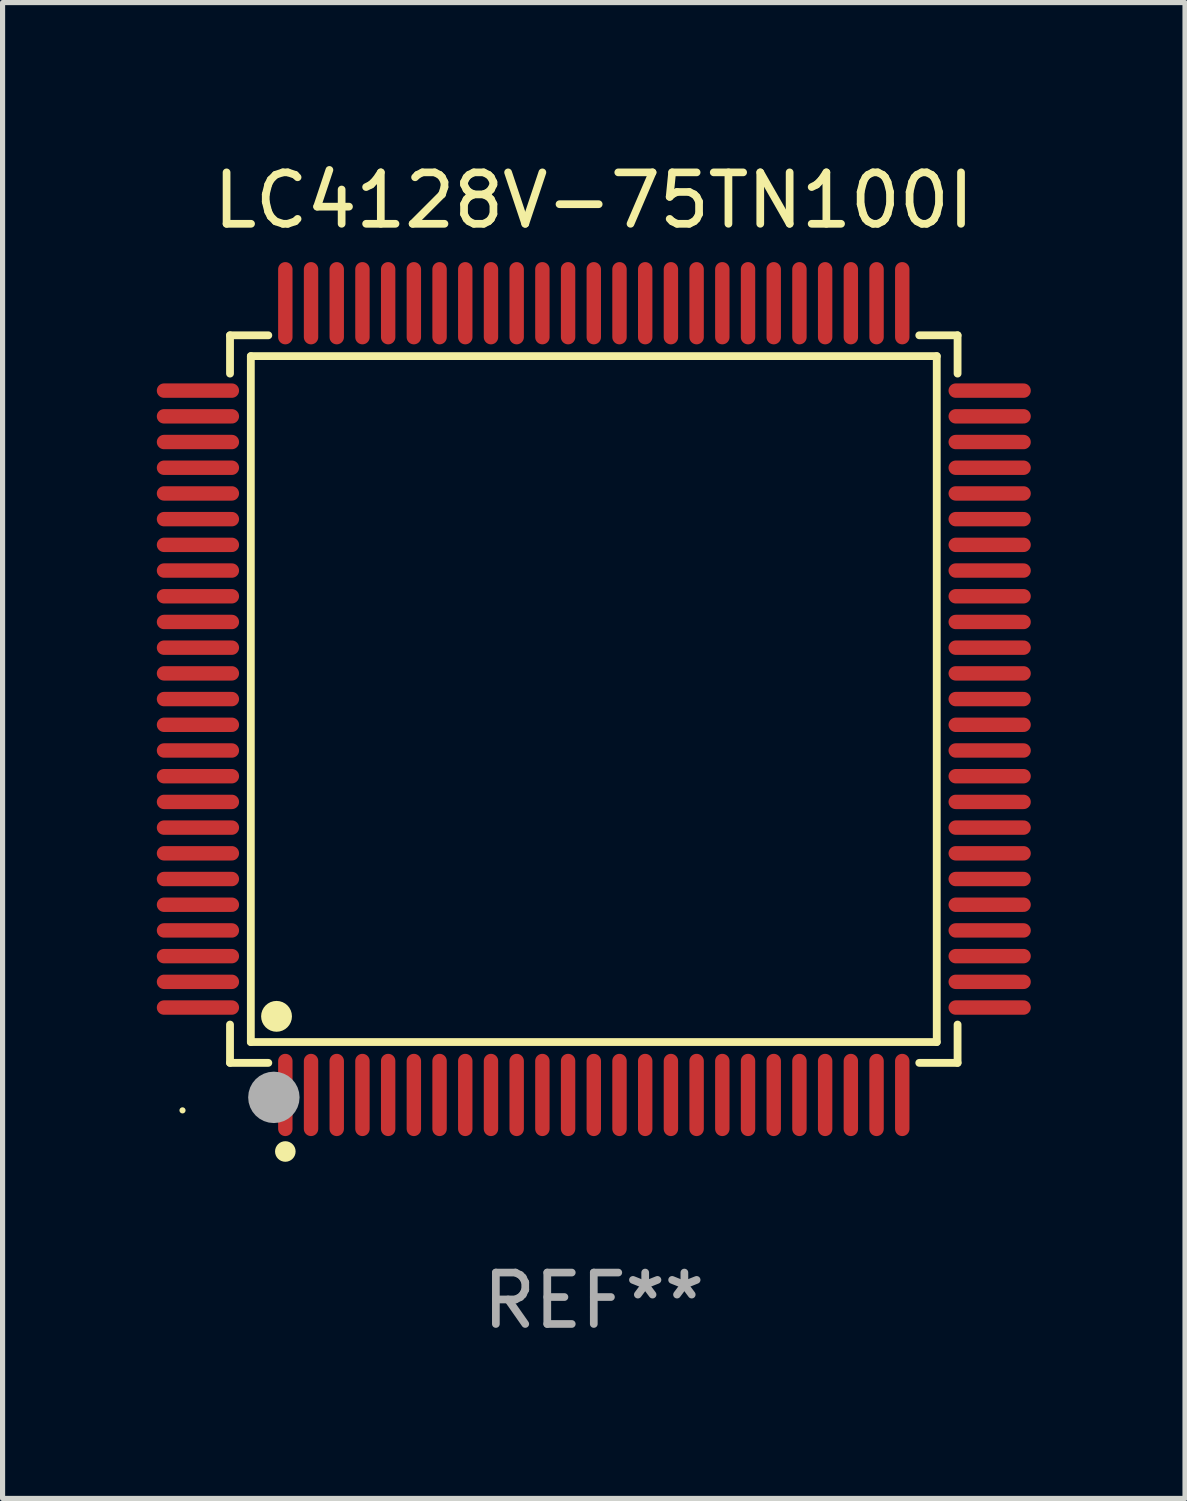
<source format=kicad_pcb>
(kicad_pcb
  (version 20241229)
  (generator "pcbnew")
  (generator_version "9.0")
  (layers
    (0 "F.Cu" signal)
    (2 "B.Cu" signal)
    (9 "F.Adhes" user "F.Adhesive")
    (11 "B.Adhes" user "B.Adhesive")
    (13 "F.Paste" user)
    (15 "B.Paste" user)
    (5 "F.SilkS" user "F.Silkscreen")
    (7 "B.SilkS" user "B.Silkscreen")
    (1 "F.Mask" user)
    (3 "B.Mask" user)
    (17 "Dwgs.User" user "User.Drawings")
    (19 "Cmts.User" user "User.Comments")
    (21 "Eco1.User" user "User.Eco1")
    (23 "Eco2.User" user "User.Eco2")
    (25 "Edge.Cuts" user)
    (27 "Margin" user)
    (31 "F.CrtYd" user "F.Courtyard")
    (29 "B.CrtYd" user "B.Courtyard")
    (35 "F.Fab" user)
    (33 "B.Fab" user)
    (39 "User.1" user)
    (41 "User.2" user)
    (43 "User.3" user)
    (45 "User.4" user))
  (footprint "LC4128V-75TN100I"
    (layer "F.Cu")
    (at 8.5 10.548)
    (property "Reference" "LC4128V-75TN100I" (at 0 -9.7 0) (layer "F.SilkS") (effects (font (size 1 1) (thickness 0.15))))
    (attr through_hole)
    (fp_line (start -7.076 -7.076) (end -6.331 -7.076) (stroke (width 0.152) (type solid)) (layer "F.SilkS"))
    (fp_line (start -7.076 -6.331) (end -7.076 -7.076) (stroke (width 0.152) (type solid)) (layer "F.SilkS"))
    (fp_line (start -7.076 6.331) (end -7.076 7.076) (stroke (width 0.152) (type solid)) (layer "F.SilkS"))
    (fp_line (start -7.076 7.076) (end -6.331 7.076) (stroke (width 0.152) (type solid)) (layer "F.SilkS"))
    (fp_line (start -6.671 -6.671) (end 6.671 -6.671) (stroke (width 0.152) (type solid)) (layer "F.SilkS"))
    (fp_line (start -6.671 6.671) (end -6.671 -6.671) (stroke (width 0.152) (type solid)) (layer "F.SilkS"))
    (fp_line (start 6.671 -6.671) (end 6.671 6.671) (stroke (width 0.152) (type solid)) (layer "F.SilkS"))
    (fp_line (start 6.671 6.671) (end -6.671 6.671) (stroke (width 0.152) (type solid)) (layer "F.SilkS"))
    (fp_line (start 7.076 -7.076) (end 6.331 -7.076) (stroke (width 0.152) (type solid)) (layer "F.SilkS"))
    (fp_line (start 7.076 -6.331) (end 7.076 -7.076) (stroke (width 0.152) (type solid)) (layer "F.SilkS"))
    (fp_line (start 7.076 6.331) (end 7.076 7.076) (stroke (width 0.152) (type solid)) (layer "F.SilkS"))
    (fp_line (start 7.076 7.076) (end 6.331 7.076) (stroke (width 0.152) (type solid)) (layer "F.SilkS"))
    (fp_circle (center -8 8) (end -7.97 8) (stroke (width 0.06) (type solid)) (fill no) (layer "F.SilkS"))
    (fp_circle (center -6.171 6.171) (end -6.021 6.171) (stroke (width 0.3) (type solid)) (fill no) (layer "F.SilkS"))
    (fp_circle (center -6 8.8) (end -5.9 8.8) (stroke (width 0.2) (type solid)) (fill no) (layer "F.SilkS"))
    (fp_circle (center -6.223 7.747) (end -5.973 7.747) (stroke (width 0.5) (type solid)) (fill no) (layer "F.Fab"))
    (fp_text user "REF**" (at 0 11.7 0) (layer "F.Fab") (effects (font (size 1 1) (thickness 0.15))))
    (pad "1" smd oval (at -6 7.7) (size 0.28 1.6) (layers "F.Cu" "F.Mask" "F.Paste"))
    (pad "2" smd oval (at -5.5 7.7) (size 0.28 1.6) (layers "F.Cu" "F.Mask" "F.Paste"))
    (pad "3" smd oval (at -5 7.7) (size 0.28 1.6) (layers "F.Cu" "F.Mask" "F.Paste"))
    (pad "4" smd oval (at -4.5 7.7) (size 0.28 1.6) (layers "F.Cu" "F.Mask" "F.Paste"))
    (pad "5" smd oval (at -4 7.7) (size 0.28 1.6) (layers "F.Cu" "F.Mask" "F.Paste"))
    (pad "6" smd oval (at -3.5 7.7) (size 0.28 1.6) (layers "F.Cu" "F.Mask" "F.Paste"))
    (pad "7" smd oval (at -3 7.7) (size 0.28 1.6) (layers "F.Cu" "F.Mask" "F.Paste"))
    (pad "8" smd oval (at -2.5 7.7) (size 0.28 1.6) (layers "F.Cu" "F.Mask" "F.Paste"))
    (pad "9" smd oval (at -2 7.7) (size 0.28 1.6) (layers "F.Cu" "F.Mask" "F.Paste"))
    (pad "10" smd oval (at -1.5 7.7) (size 0.28 1.6) (layers "F.Cu" "F.Mask" "F.Paste"))
    (pad "11" smd oval (at -1 7.7) (size 0.28 1.6) (layers "F.Cu" "F.Mask" "F.Paste"))
    (pad "12" smd oval (at -0.5 7.7) (size 0.28 1.6) (layers "F.Cu" "F.Mask" "F.Paste"))
    (pad "13" smd oval (at 0 7.7) (size 0.28 1.6) (layers "F.Cu" "F.Mask" "F.Paste"))
    (pad "14" smd oval (at 0.5 7.7) (size 0.28 1.6) (layers "F.Cu" "F.Mask" "F.Paste"))
    (pad "15" smd oval (at 1 7.7) (size 0.28 1.6) (layers "F.Cu" "F.Mask" "F.Paste"))
    (pad "16" smd oval (at 1.5 7.7) (size 0.28 1.6) (layers "F.Cu" "F.Mask" "F.Paste"))
    (pad "17" smd oval (at 2 7.7) (size 0.28 1.6) (layers "F.Cu" "F.Mask" "F.Paste"))
    (pad "18" smd oval (at 2.5 7.7) (size 0.28 1.6) (layers "F.Cu" "F.Mask" "F.Paste"))
    (pad "19" smd oval (at 3 7.7) (size 0.28 1.6) (layers "F.Cu" "F.Mask" "F.Paste"))
    (pad "20" smd oval (at 3.5 7.7) (size 0.28 1.6) (layers "F.Cu" "F.Mask" "F.Paste"))
    (pad "21" smd oval (at 4 7.7) (size 0.28 1.6) (layers "F.Cu" "F.Mask" "F.Paste"))
    (pad "22" smd oval (at 4.5 7.7) (size 0.28 1.6) (layers "F.Cu" "F.Mask" "F.Paste"))
    (pad "23" smd oval (at 5 7.7) (size 0.28 1.6) (layers "F.Cu" "F.Mask" "F.Paste"))
    (pad "24" smd oval (at 5.5 7.7) (size 0.28 1.6) (layers "F.Cu" "F.Mask" "F.Paste"))
    (pad "25" smd oval (at 6 7.7) (size 0.28 1.6) (layers "F.Cu" "F.Mask" "F.Paste"))
    (pad "26" smd oval (at 7.7 6) (size 1.6 0.28) (layers "F.Cu" "F.Mask" "F.Paste"))
    (pad "27" smd oval (at 7.7 5.5) (size 1.6 0.28) (layers "F.Cu" "F.Mask" "F.Paste"))
    (pad "28" smd oval (at 7.7 5) (size 1.6 0.28) (layers "F.Cu" "F.Mask" "F.Paste"))
    (pad "29" smd oval (at 7.7 4.5) (size 1.6 0.28) (layers "F.Cu" "F.Mask" "F.Paste"))
    (pad "30" smd oval (at 7.7 4) (size 1.6 0.28) (layers "F.Cu" "F.Mask" "F.Paste"))
    (pad "31" smd oval (at 7.7 3.5) (size 1.6 0.28) (layers "F.Cu" "F.Mask" "F.Paste"))
    (pad "32" smd oval (at 7.7 3) (size 1.6 0.28) (layers "F.Cu" "F.Mask" "F.Paste"))
    (pad "33" smd oval (at 7.7 2.5) (size 1.6 0.28) (layers "F.Cu" "F.Mask" "F.Paste"))
    (pad "34" smd oval (at 7.7 2) (size 1.6 0.28) (layers "F.Cu" "F.Mask" "F.Paste"))
    (pad "35" smd oval (at 7.7 1.5) (size 1.6 0.28) (layers "F.Cu" "F.Mask" "F.Paste"))
    (pad "36" smd oval (at 7.7 1) (size 1.6 0.28) (layers "F.Cu" "F.Mask" "F.Paste"))
    (pad "37" smd oval (at 7.7 0.5) (size 1.6 0.28) (layers "F.Cu" "F.Mask" "F.Paste"))
    (pad "38" smd oval (at 7.7 0) (size 1.6 0.28) (layers "F.Cu" "F.Mask" "F.Paste"))
    (pad "39" smd oval (at 7.7 -0.5) (size 1.6 0.28) (layers "F.Cu" "F.Mask" "F.Paste"))
    (pad "40" smd oval (at 7.7 -1) (size 1.6 0.28) (layers "F.Cu" "F.Mask" "F.Paste"))
    (pad "41" smd oval (at 7.7 -1.5) (size 1.6 0.28) (layers "F.Cu" "F.Mask" "F.Paste"))
    (pad "42" smd oval (at 7.7 -2) (size 1.6 0.28) (layers "F.Cu" "F.Mask" "F.Paste"))
    (pad "43" smd oval (at 7.7 -2.5) (size 1.6 0.28) (layers "F.Cu" "F.Mask" "F.Paste"))
    (pad "44" smd oval (at 7.7 -3) (size 1.6 0.28) (layers "F.Cu" "F.Mask" "F.Paste"))
    (pad "45" smd oval (at 7.7 -3.5) (size 1.6 0.28) (layers "F.Cu" "F.Mask" "F.Paste"))
    (pad "46" smd oval (at 7.7 -4) (size 1.6 0.28) (layers "F.Cu" "F.Mask" "F.Paste"))
    (pad "47" smd oval (at 7.7 -4.5) (size 1.6 0.28) (layers "F.Cu" "F.Mask" "F.Paste"))
    (pad "48" smd oval (at 7.7 -5) (size 1.6 0.28) (layers "F.Cu" "F.Mask" "F.Paste"))
    (pad "49" smd oval (at 7.7 -5.5) (size 1.6 0.28) (layers "F.Cu" "F.Mask" "F.Paste"))
    (pad "50" smd oval (at 7.7 -6) (size 1.6 0.28) (layers "F.Cu" "F.Mask" "F.Paste"))
    (pad "51" smd oval (at 6 -7.7) (size 0.28 1.6) (layers "F.Cu" "F.Mask" "F.Paste"))
    (pad "52" smd oval (at 5.5 -7.7) (size 0.28 1.6) (layers "F.Cu" "F.Mask" "F.Paste"))
    (pad "53" smd oval (at 5 -7.7) (size 0.28 1.6) (layers "F.Cu" "F.Mask" "F.Paste"))
    (pad "54" smd oval (at 4.5 -7.7) (size 0.28 1.6) (layers "F.Cu" "F.Mask" "F.Paste"))
    (pad "55" smd oval (at 4 -7.7) (size 0.28 1.6) (layers "F.Cu" "F.Mask" "F.Paste"))
    (pad "56" smd oval (at 3.5 -7.7) (size 0.28 1.6) (layers "F.Cu" "F.Mask" "F.Paste"))
    (pad "57" smd oval (at 3 -7.7) (size 0.28 1.6) (layers "F.Cu" "F.Mask" "F.Paste"))
    (pad "58" smd oval (at 2.5 -7.7) (size 0.28 1.6) (layers "F.Cu" "F.Mask" "F.Paste"))
    (pad "59" smd oval (at 2 -7.7) (size 0.28 1.6) (layers "F.Cu" "F.Mask" "F.Paste"))
    (pad "60" smd oval (at 1.5 -7.7) (size 0.28 1.6) (layers "F.Cu" "F.Mask" "F.Paste"))
    (pad "61" smd oval (at 1 -7.7) (size 0.28 1.6) (layers "F.Cu" "F.Mask" "F.Paste"))
    (pad "62" smd oval (at 0.5 -7.7) (size 0.28 1.6) (layers "F.Cu" "F.Mask" "F.Paste"))
    (pad "63" smd oval (at 0 -7.7) (size 0.28 1.6) (layers "F.Cu" "F.Mask" "F.Paste"))
    (pad "64" smd oval (at -0.5 -7.7) (size 0.28 1.6) (layers "F.Cu" "F.Mask" "F.Paste"))
    (pad "65" smd oval (at -1 -7.7) (size 0.28 1.6) (layers "F.Cu" "F.Mask" "F.Paste"))
    (pad "66" smd oval (at -1.5 -7.7) (size 0.28 1.6) (layers "F.Cu" "F.Mask" "F.Paste"))
    (pad "67" smd oval (at -2 -7.7) (size 0.28 1.6) (layers "F.Cu" "F.Mask" "F.Paste"))
    (pad "68" smd oval (at -2.5 -7.7) (size 0.28 1.6) (layers "F.Cu" "F.Mask" "F.Paste"))
    (pad "69" smd oval (at -3 -7.7) (size 0.28 1.6) (layers "F.Cu" "F.Mask" "F.Paste"))
    (pad "70" smd oval (at -3.5 -7.7) (size 0.28 1.6) (layers "F.Cu" "F.Mask" "F.Paste"))
    (pad "71" smd oval (at -4 -7.7) (size 0.28 1.6) (layers "F.Cu" "F.Mask" "F.Paste"))
    (pad "72" smd oval (at -4.5 -7.7) (size 0.28 1.6) (layers "F.Cu" "F.Mask" "F.Paste"))
    (pad "73" smd oval (at -5 -7.7) (size 0.28 1.6) (layers "F.Cu" "F.Mask" "F.Paste"))
    (pad "74" smd oval (at -5.5 -7.7) (size 0.28 1.6) (layers "F.Cu" "F.Mask" "F.Paste"))
    (pad "75" smd oval (at -6 -7.7) (size 0.28 1.6) (layers "F.Cu" "F.Mask" "F.Paste"))
    (pad "76" smd oval (at -7.7 -6) (size 1.6 0.28) (layers "F.Cu" "F.Mask" "F.Paste"))
    (pad "77" smd oval (at -7.7 -5.5) (size 1.6 0.28) (layers "F.Cu" "F.Mask" "F.Paste"))
    (pad "78" smd oval (at -7.7 -5) (size 1.6 0.28) (layers "F.Cu" "F.Mask" "F.Paste"))
    (pad "79" smd oval (at -7.7 -4.5) (size 1.6 0.28) (layers "F.Cu" "F.Mask" "F.Paste"))
    (pad "80" smd oval (at -7.7 -4) (size 1.6 0.28) (layers "F.Cu" "F.Mask" "F.Paste"))
    (pad "81" smd oval (at -7.7 -3.5) (size 1.6 0.28) (layers "F.Cu" "F.Mask" "F.Paste"))
    (pad "82" smd oval (at -7.7 -3) (size 1.6 0.28) (layers "F.Cu" "F.Mask" "F.Paste"))
    (pad "83" smd oval (at -7.7 -2.5) (size 1.6 0.28) (layers "F.Cu" "F.Mask" "F.Paste"))
    (pad "84" smd oval (at -7.7 -2) (size 1.6 0.28) (layers "F.Cu" "F.Mask" "F.Paste"))
    (pad "85" smd oval (at -7.7 -1.5) (size 1.6 0.28) (layers "F.Cu" "F.Mask" "F.Paste"))
    (pad "86" smd oval (at -7.7 -1) (size 1.6 0.28) (layers "F.Cu" "F.Mask" "F.Paste"))
    (pad "87" smd oval (at -7.7 -0.5) (size 1.6 0.28) (layers "F.Cu" "F.Mask" "F.Paste"))
    (pad "88" smd oval (at -7.7 0) (size 1.6 0.28) (layers "F.Cu" "F.Mask" "F.Paste"))
    (pad "89" smd oval (at -7.7 0.5) (size 1.6 0.28) (layers "F.Cu" "F.Mask" "F.Paste"))
    (pad "90" smd oval (at -7.7 1) (size 1.6 0.28) (layers "F.Cu" "F.Mask" "F.Paste"))
    (pad "91" smd oval (at -7.7 1.5) (size 1.6 0.28) (layers "F.Cu" "F.Mask" "F.Paste"))
    (pad "92" smd oval (at -7.7 2) (size 1.6 0.28) (layers "F.Cu" "F.Mask" "F.Paste"))
    (pad "93" smd oval (at -7.7 2.5) (size 1.6 0.28) (layers "F.Cu" "F.Mask" "F.Paste"))
    (pad "94" smd oval (at -7.7 3) (size 1.6 0.28) (layers "F.Cu" "F.Mask" "F.Paste"))
    (pad "95" smd oval (at -7.7 3.5) (size 1.6 0.28) (layers "F.Cu" "F.Mask" "F.Paste"))
    (pad "96" smd oval (at -7.7 4) (size 1.6 0.28) (layers "F.Cu" "F.Mask" "F.Paste"))
    (pad "97" smd oval (at -7.7 4.5) (size 1.6 0.28) (layers "F.Cu" "F.Mask" "F.Paste"))
    (pad "98" smd oval (at -7.7 5) (size 1.6 0.28) (layers "F.Cu" "F.Mask" "F.Paste"))
    (pad "99" smd oval (at -7.7 5.5) (size 1.6 0.28) (layers "F.Cu" "F.Mask" "F.Paste"))
    (pad "100" smd oval (at -7.7 6) (size 1.6 0.28) (layers "F.Cu" "F.Mask" "F.Paste")))
  (gr_rect
    (start -3 -3)
    (end 20 26.097)
    (stroke (width 0.1) (type default))
    (fill no)
    (layer "Edge.Cuts")))
</source>
